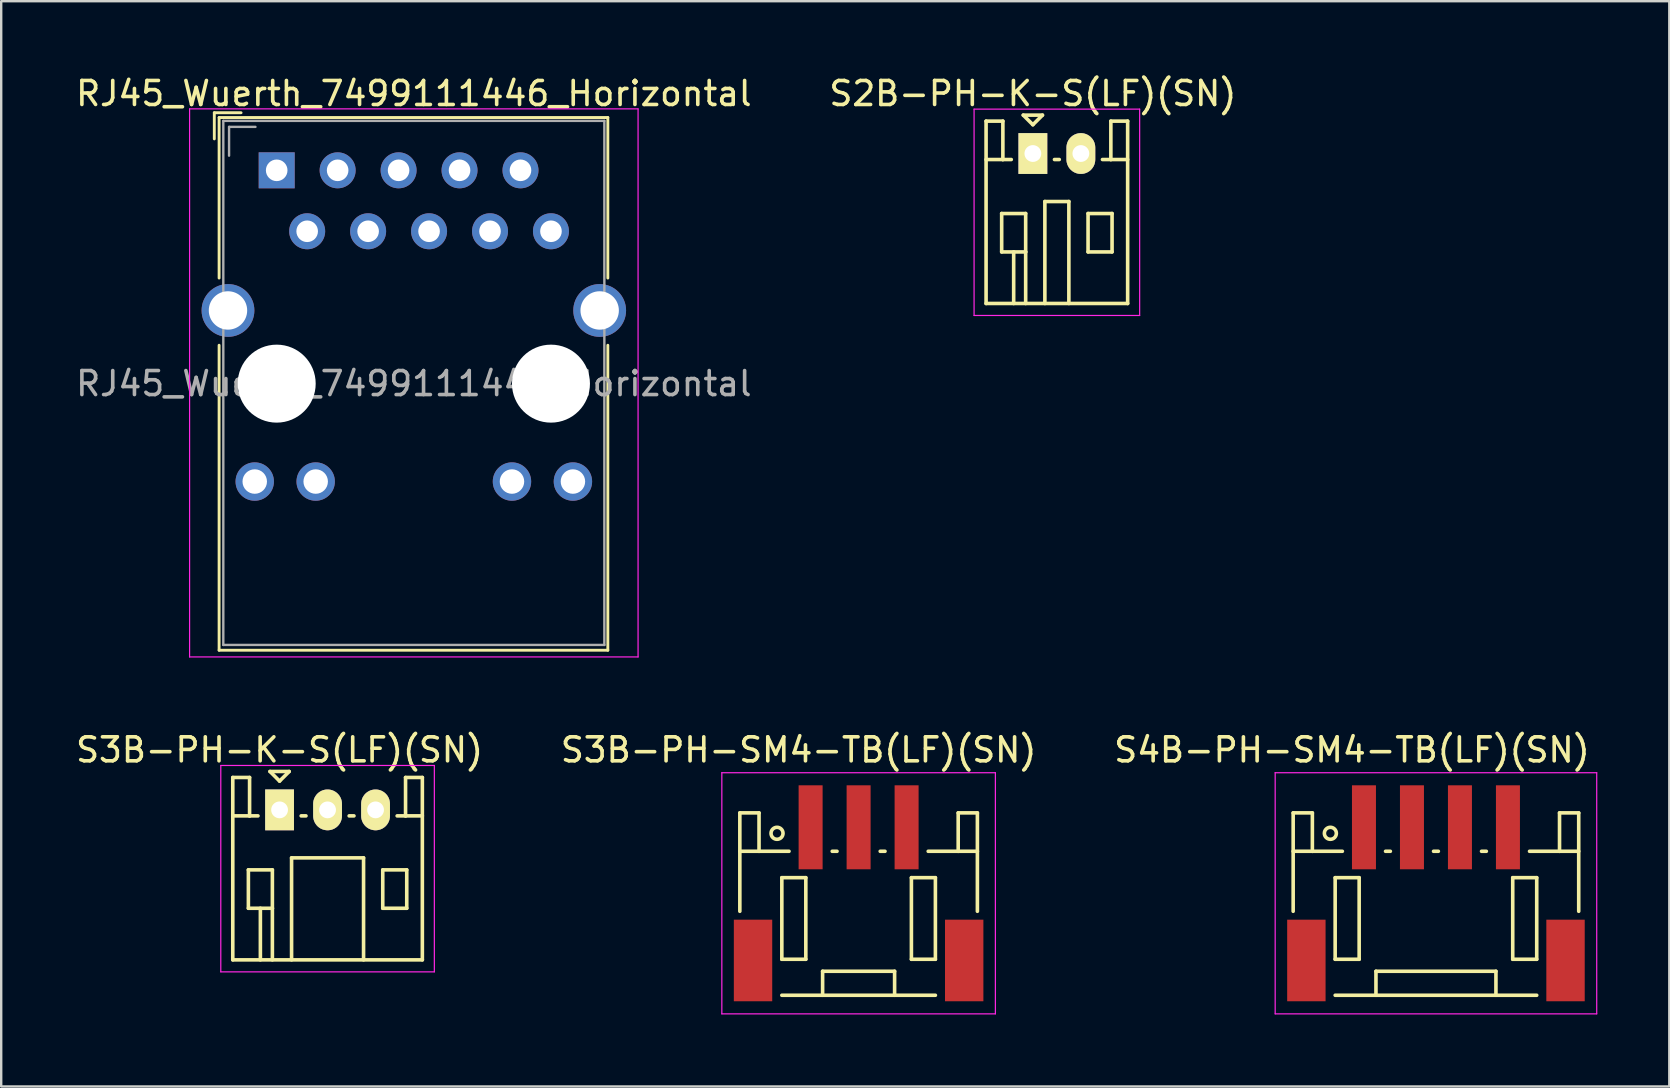
<source format=kicad_pcb>
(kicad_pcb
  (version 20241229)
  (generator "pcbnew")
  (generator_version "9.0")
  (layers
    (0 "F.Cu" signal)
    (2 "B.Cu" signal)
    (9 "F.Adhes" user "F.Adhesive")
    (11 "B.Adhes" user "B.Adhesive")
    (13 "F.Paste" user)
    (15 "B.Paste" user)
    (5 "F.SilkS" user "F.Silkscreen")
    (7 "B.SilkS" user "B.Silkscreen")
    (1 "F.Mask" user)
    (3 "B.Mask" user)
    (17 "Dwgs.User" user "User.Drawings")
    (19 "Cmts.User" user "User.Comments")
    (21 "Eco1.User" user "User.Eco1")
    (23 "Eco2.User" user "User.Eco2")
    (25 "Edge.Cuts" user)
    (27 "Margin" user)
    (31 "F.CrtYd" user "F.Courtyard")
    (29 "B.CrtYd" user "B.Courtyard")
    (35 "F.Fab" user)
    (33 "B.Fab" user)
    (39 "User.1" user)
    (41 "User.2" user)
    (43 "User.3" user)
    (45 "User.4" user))
  (footprint "S3B-PH-SM4-TB(LF)(SN)"
    (layer "F.Cu")
    (at 32.732 34.202)
    (property "Reference" "S3B-PH-SM4-TB(LF)(SN)" (at -2.5 -6 0) (layer "F.SilkS") (effects (font (size 1 1) (thickness 0.15))))
    (attr smd)
    (fp_line (start -4.95 -3.375) (end -4.95 0.725) (stroke (width 0.15) (type solid)) (layer "F.SilkS"))
    (fp_line (start -4.15 -3.375) (end -4.95 -3.375) (stroke (width 0.15) (type solid)) (layer "F.SilkS"))
    (fp_line (start -4.15 -1.775) (end -4.95 -1.775) (stroke (width 0.15) (type solid)) (layer "F.SilkS"))
    (fp_line (start -4.15 -1.775) (end -4.15 -3.375) (stroke (width 0.15) (type solid)) (layer "F.SilkS"))
    (fp_line (start -3.2 -0.675) (end -3.2 2.725) (stroke (width 0.15) (type solid)) (layer "F.SilkS"))
    (fp_line (start -3.2 2.725) (end -2.2 2.725) (stroke (width 0.15) (type solid)) (layer "F.SilkS"))
    (fp_line (start -3.2 4.225) (end 3.2 4.225) (stroke (width 0.15) (type solid)) (layer "F.SilkS"))
    (fp_line (start -2.9 -1.775) (end -4.15 -1.775) (stroke (width 0.15) (type solid)) (layer "F.SilkS"))
    (fp_line (start -2.2 -0.675) (end -3.2 -0.675) (stroke (width 0.15) (type solid)) (layer "F.SilkS"))
    (fp_line (start -2.2 2.725) (end -2.2 -0.675) (stroke (width 0.15) (type solid)) (layer "F.SilkS"))
    (fp_line (start -1.5 3.225) (end 1.5 3.225) (stroke (width 0.15) (type solid)) (layer "F.SilkS"))
    (fp_line (start -1.5 4.225) (end -1.5 3.225) (stroke (width 0.15) (type solid)) (layer "F.SilkS"))
    (fp_line (start -1.1 -1.775) (end -0.9 -1.775) (stroke (width 0.15) (type solid)) (layer "F.SilkS"))
    (fp_line (start 0.9 -1.775) (end 1.1 -1.775) (stroke (width 0.15) (type solid)) (layer "F.SilkS"))
    (fp_line (start 1.5 3.225) (end 1.5 4.225) (stroke (width 0.15) (type solid)) (layer "F.SilkS"))
    (fp_line (start 2.2 -0.675) (end 3.2 -0.675) (stroke (width 0.15) (type solid)) (layer "F.SilkS"))
    (fp_line (start 2.2 2.725) (end 2.2 -0.675) (stroke (width 0.15) (type solid)) (layer "F.SilkS"))
    (fp_line (start 2.9 -1.775) (end 4.15 -1.775) (stroke (width 0.15) (type solid)) (layer "F.SilkS"))
    (fp_line (start 3.2 -0.675) (end 3.2 2.725) (stroke (width 0.15) (type solid)) (layer "F.SilkS"))
    (fp_line (start 3.2 2.725) (end 2.2 2.725) (stroke (width 0.15) (type solid)) (layer "F.SilkS"))
    (fp_line (start 4.15 -3.375) (end 4.95 -3.375) (stroke (width 0.15) (type solid)) (layer "F.SilkS"))
    (fp_line (start 4.15 -1.775) (end 4.15 -3.375) (stroke (width 0.15) (type solid)) (layer "F.SilkS"))
    (fp_line (start 4.15 -1.775) (end 4.95 -1.775) (stroke (width 0.15) (type solid)) (layer "F.SilkS"))
    (fp_line (start 4.95 -3.375) (end 4.95 0.725) (stroke (width 0.15) (type solid)) (layer "F.SilkS"))
    (fp_circle (center -3.4 -2.525) (end -3.15 -2.525) (stroke (width 0.15) (type solid)) (fill no) (layer "F.SilkS"))
    (fp_line (start -5.7 -5.05) (end 5.7 -5.05) (stroke (width 0.05) (type solid)) (layer "F.CrtYd"))
    (fp_line (start -5.7 5) (end -5.7 -5.05) (stroke (width 0.05) (type solid)) (layer "F.CrtYd"))
    (fp_line (start 5.7 -5.05) (end 5.7 5) (stroke (width 0.05) (type solid)) (layer "F.CrtYd"))
    (fp_line (start 5.7 5) (end -5.7 5) (stroke (width 0.05) (type solid)) (layer "F.CrtYd"))
    (pad "" smd rect (at -4.4 2.775) (size 1.6 3.4) (layers "F.Cu" "F.Mask" "F.Paste"))
    (pad "" smd rect (at 4.4 2.775) (size 1.6 3.4) (layers "F.Cu" "F.Mask" "F.Paste"))
    (pad "1" smd rect (at -2 -2.775) (size 1 3.5) (layers "F.Cu" "F.Mask" "F.Paste"))
    (pad "2" smd rect (at 0 -2.775) (size 1 3.5) (layers "F.Cu" "F.Mask" "F.Paste"))
    (pad "3" smd rect (at 2 -2.775) (size 1 3.5) (layers "F.Cu" "F.Mask" "F.Paste")))
  (footprint "S2B-PH-K-S(LF)(SN)"
    (layer "F.Cu")
    (at 39.994 3.348)
    (property "Reference" "S2B-PH-K-S(LF)(SN)" (at 0 -2.5 0) (layer "F.SilkS") (effects (font (size 1 1) (thickness 0.15))))
    (attr through_hole)
    (fp_line (start -1.95 -1.35) (end -1.95 6.25) (stroke (width 0.15) (type solid)) (layer "F.SilkS"))
    (fp_line (start -1.95 0.25) (end -1.25 0.25) (stroke (width 0.15) (type solid)) (layer "F.SilkS"))
    (fp_line (start -1.95 6.25) (end 3.95 6.25) (stroke (width 0.15) (type solid)) (layer "F.SilkS"))
    (fp_line (start -1.3 2.5) (end -1.3 4.1) (stroke (width 0.15) (type solid)) (layer "F.SilkS"))
    (fp_line (start -1.3 4.1) (end -0.3 4.1) (stroke (width 0.15) (type solid)) (layer "F.SilkS"))
    (fp_line (start -1.25 -1.35) (end -1.95 -1.35) (stroke (width 0.15) (type solid)) (layer "F.SilkS"))
    (fp_line (start -1.25 0.25) (end -1.25 -1.35) (stroke (width 0.15) (type solid)) (layer "F.SilkS"))
    (fp_line (start -0.9 0.25) (end -1.25 0.25) (stroke (width 0.15) (type solid)) (layer "F.SilkS"))
    (fp_line (start -0.8 4.1) (end -0.8 6.25) (stroke (width 0.15) (type solid)) (layer "F.SilkS"))
    (fp_line (start -0.4 -1.6) (end 0.4 -1.6) (stroke (width 0.15) (type solid)) (layer "F.SilkS"))
    (fp_line (start -0.3 2.5) (end -1.3 2.5) (stroke (width 0.15) (type solid)) (layer "F.SilkS"))
    (fp_line (start -0.3 4.1) (end -0.3 2.5) (stroke (width 0.15) (type solid)) (layer "F.SilkS"))
    (fp_line (start -0.3 4.1) (end -0.3 6.25) (stroke (width 0.15) (type solid)) (layer "F.SilkS"))
    (fp_line (start 0 -1.2) (end -0.4 -1.6) (stroke (width 0.15) (type solid)) (layer "F.SilkS"))
    (fp_line (start 0.4 -1.6) (end 0 -1.2) (stroke (width 0.15) (type solid)) (layer "F.SilkS"))
    (fp_line (start 0.5 2) (end 1.5 2) (stroke (width 0.15) (type solid)) (layer "F.SilkS"))
    (fp_line (start 0.5 6.25) (end 0.5 2) (stroke (width 0.15) (type solid)) (layer "F.SilkS"))
    (fp_line (start 0.9 0.25) (end 1.1 0.25) (stroke (width 0.15) (type solid)) (layer "F.SilkS"))
    (fp_line (start 1.5 2) (end 1.5 6.25) (stroke (width 0.15) (type solid)) (layer "F.SilkS"))
    (fp_line (start 2.3 2.5) (end 3.3 2.5) (stroke (width 0.15) (type solid)) (layer "F.SilkS"))
    (fp_line (start 2.3 4.1) (end 2.3 2.5) (stroke (width 0.15) (type solid)) (layer "F.SilkS"))
    (fp_line (start 3.25 -1.35) (end 3.25 0.25) (stroke (width 0.15) (type solid)) (layer "F.SilkS"))
    (fp_line (start 3.25 0.25) (end 2.9 0.25) (stroke (width 0.15) (type solid)) (layer "F.SilkS"))
    (fp_line (start 3.3 2.5) (end 3.3 4.1) (stroke (width 0.15) (type solid)) (layer "F.SilkS"))
    (fp_line (start 3.3 4.1) (end 2.3 4.1) (stroke (width 0.15) (type solid)) (layer "F.SilkS"))
    (fp_line (start 3.95 -1.35) (end 3.25 -1.35) (stroke (width 0.15) (type solid)) (layer "F.SilkS"))
    (fp_line (start 3.95 0.25) (end 3.25 0.25) (stroke (width 0.15) (type solid)) (layer "F.SilkS"))
    (fp_line (start 3.95 6.25) (end 3.95 -1.35) (stroke (width 0.15) (type solid)) (layer "F.SilkS"))
    (fp_line (start -2.45 -1.85) (end 4.45 -1.85) (stroke (width 0.05) (type solid)) (layer "F.CrtYd"))
    (fp_line (start -2.45 6.75) (end -2.45 -1.85) (stroke (width 0.05) (type solid)) (layer "F.CrtYd"))
    (fp_line (start 4.45 -1.85) (end 4.45 6.75) (stroke (width 0.05) (type solid)) (layer "F.CrtYd"))
    (fp_line (start 4.45 6.75) (end -2.45 6.75) (stroke (width 0.05) (type solid)) (layer "F.CrtYd"))
    (pad "1" thru_hole rect (at 0 0) (size 1.2 1.7) (drill 0.7) (layers "*.Cu" "*.Mask" "F.SilkS"))
    (pad "2" thru_hole oval (at 2 0) (size 1.2 1.7) (drill 0.7) (layers "*.Cu" "*.Mask" "F.SilkS")))
  (footprint "S4B-PH-SM4-TB(LF)(SN)"
    (layer "F.Cu")
    (at 56.792 34.202)
    (property "Reference" "S4B-PH-SM4-TB(LF)(SN)" (at -3.5 -6 0) (layer "F.SilkS") (effects (font (size 1 1) (thickness 0.15))))
    (attr smd)
    (fp_line (start -5.95 -3.375) (end -5.95 0.725) (stroke (width 0.15) (type solid)) (layer "F.SilkS"))
    (fp_line (start -5.15 -3.375) (end -5.95 -3.375) (stroke (width 0.15) (type solid)) (layer "F.SilkS"))
    (fp_line (start -5.15 -1.775) (end -5.95 -1.775) (stroke (width 0.15) (type solid)) (layer "F.SilkS"))
    (fp_line (start -5.15 -1.775) (end -5.15 -3.375) (stroke (width 0.15) (type solid)) (layer "F.SilkS"))
    (fp_line (start -4.2 -0.675) (end -4.2 2.725) (stroke (width 0.15) (type solid)) (layer "F.SilkS"))
    (fp_line (start -4.2 2.725) (end -3.2 2.725) (stroke (width 0.15) (type solid)) (layer "F.SilkS"))
    (fp_line (start -4.2 4.225) (end 4.2 4.225) (stroke (width 0.15) (type solid)) (layer "F.SilkS"))
    (fp_line (start -3.9 -1.775) (end -5.15 -1.775) (stroke (width 0.15) (type solid)) (layer "F.SilkS"))
    (fp_line (start -3.2 -0.675) (end -4.2 -0.675) (stroke (width 0.15) (type solid)) (layer "F.SilkS"))
    (fp_line (start -3.2 2.725) (end -3.2 -0.675) (stroke (width 0.15) (type solid)) (layer "F.SilkS"))
    (fp_line (start -2.5 3.225) (end 2.5 3.225) (stroke (width 0.15) (type solid)) (layer "F.SilkS"))
    (fp_line (start -2.5 4.225) (end -2.5 3.225) (stroke (width 0.15) (type solid)) (layer "F.SilkS"))
    (fp_line (start -2.1 -1.775) (end -1.9 -1.775) (stroke (width 0.15) (type solid)) (layer "F.SilkS"))
    (fp_line (start -0.1 -1.775) (end 0.1 -1.775) (stroke (width 0.15) (type solid)) (layer "F.SilkS"))
    (fp_line (start 1.9 -1.775) (end 2.1 -1.775) (stroke (width 0.15) (type solid)) (layer "F.SilkS"))
    (fp_line (start 2.5 3.225) (end 2.5 4.225) (stroke (width 0.15) (type solid)) (layer "F.SilkS"))
    (fp_line (start 3.2 -0.675) (end 4.2 -0.675) (stroke (width 0.15) (type solid)) (layer "F.SilkS"))
    (fp_line (start 3.2 2.725) (end 3.2 -0.675) (stroke (width 0.15) (type solid)) (layer "F.SilkS"))
    (fp_line (start 3.9 -1.775) (end 5.15 -1.775) (stroke (width 0.15) (type solid)) (layer "F.SilkS"))
    (fp_line (start 4.2 -0.675) (end 4.2 2.725) (stroke (width 0.15) (type solid)) (layer "F.SilkS"))
    (fp_line (start 4.2 2.725) (end 3.2 2.725) (stroke (width 0.15) (type solid)) (layer "F.SilkS"))
    (fp_line (start 5.15 -3.375) (end 5.95 -3.375) (stroke (width 0.15) (type solid)) (layer "F.SilkS"))
    (fp_line (start 5.15 -1.775) (end 5.15 -3.375) (stroke (width 0.15) (type solid)) (layer "F.SilkS"))
    (fp_line (start 5.15 -1.775) (end 5.95 -1.775) (stroke (width 0.15) (type solid)) (layer "F.SilkS"))
    (fp_line (start 5.95 -3.375) (end 5.95 0.725) (stroke (width 0.15) (type solid)) (layer "F.SilkS"))
    (fp_circle (center -4.4 -2.525) (end -4.15 -2.525) (stroke (width 0.15) (type solid)) (fill no) (layer "F.SilkS"))
    (fp_line (start -6.7 -5.05) (end 6.7 -5.05) (stroke (width 0.05) (type solid)) (layer "F.CrtYd"))
    (fp_line (start -6.7 5) (end -6.7 -5.05) (stroke (width 0.05) (type solid)) (layer "F.CrtYd"))
    (fp_line (start 6.7 -5.05) (end 6.7 5) (stroke (width 0.05) (type solid)) (layer "F.CrtYd"))
    (fp_line (start 6.7 5) (end -6.7 5) (stroke (width 0.05) (type solid)) (layer "F.CrtYd"))
    (pad "" smd rect (at -5.4 2.775) (size 1.6 3.4) (layers "F.Cu" "F.Mask" "F.Paste"))
    (pad "" smd rect (at 5.4 2.775) (size 1.6 3.4) (layers "F.Cu" "F.Mask" "F.Paste"))
    (pad "1" smd rect (at -3 -2.775) (size 1 3.5) (layers "F.Cu" "F.Mask" "F.Paste"))
    (pad "2" smd rect (at -1 -2.775) (size 1 3.5) (layers "F.Cu" "F.Mask" "F.Paste"))
    (pad "3" smd rect (at 1 -2.775) (size 1 3.5) (layers "F.Cu" "F.Mask" "F.Paste"))
    (pad "4" smd rect (at 3 -2.775) (size 1 3.5) (layers "F.Cu" "F.Mask" "F.Paste")))
  (footprint "S3B-PH-K-S(LF)(SN)"
    (layer "F.Cu")
    (at 8.601 30.701)
    (property "Reference" "S3B-PH-K-S(LF)(SN)" (at 0 -2.5 0) (layer "F.SilkS") (effects (font (size 1 1) (thickness 0.15))))
    (attr through_hole)
    (fp_line (start -1.95 -1.35) (end -1.95 6.25) (stroke (width 0.15) (type solid)) (layer "F.SilkS"))
    (fp_line (start -1.95 0.25) (end -1.25 0.25) (stroke (width 0.15) (type solid)) (layer "F.SilkS"))
    (fp_line (start -1.95 6.25) (end 5.95 6.25) (stroke (width 0.15) (type solid)) (layer "F.SilkS"))
    (fp_line (start -1.3 2.5) (end -1.3 4.1) (stroke (width 0.15) (type solid)) (layer "F.SilkS"))
    (fp_line (start -1.3 4.1) (end -0.3 4.1) (stroke (width 0.15) (type solid)) (layer "F.SilkS"))
    (fp_line (start -1.25 -1.35) (end -1.95 -1.35) (stroke (width 0.15) (type solid)) (layer "F.SilkS"))
    (fp_line (start -1.25 0.25) (end -1.25 -1.35) (stroke (width 0.15) (type solid)) (layer "F.SilkS"))
    (fp_line (start -0.9 0.25) (end -1.25 0.25) (stroke (width 0.15) (type solid)) (layer "F.SilkS"))
    (fp_line (start -0.8 4.1) (end -0.8 6.25) (stroke (width 0.15) (type solid)) (layer "F.SilkS"))
    (fp_line (start -0.4 -1.6) (end 0.4 -1.6) (stroke (width 0.15) (type solid)) (layer "F.SilkS"))
    (fp_line (start -0.3 2.5) (end -1.3 2.5) (stroke (width 0.15) (type solid)) (layer "F.SilkS"))
    (fp_line (start -0.3 4.1) (end -0.3 2.5) (stroke (width 0.15) (type solid)) (layer "F.SilkS"))
    (fp_line (start -0.3 4.1) (end -0.3 6.25) (stroke (width 0.15) (type solid)) (layer "F.SilkS"))
    (fp_line (start 0 -1.2) (end -0.4 -1.6) (stroke (width 0.15) (type solid)) (layer "F.SilkS"))
    (fp_line (start 0.4 -1.6) (end 0 -1.2) (stroke (width 0.15) (type solid)) (layer "F.SilkS"))
    (fp_line (start 0.5 2) (end 3.5 2) (stroke (width 0.15) (type solid)) (layer "F.SilkS"))
    (fp_line (start 0.5 6.25) (end 0.5 2) (stroke (width 0.15) (type solid)) (layer "F.SilkS"))
    (fp_line (start 0.9 0.25) (end 1.1 0.25) (stroke (width 0.15) (type solid)) (layer "F.SilkS"))
    (fp_line (start 2.9 0.25) (end 3.1 0.25) (stroke (width 0.15) (type solid)) (layer "F.SilkS"))
    (fp_line (start 3.5 2) (end 3.5 6.25) (stroke (width 0.15) (type solid)) (layer "F.SilkS"))
    (fp_line (start 4.3 2.5) (end 5.3 2.5) (stroke (width 0.15) (type solid)) (layer "F.SilkS"))
    (fp_line (start 4.3 4.1) (end 4.3 2.5) (stroke (width 0.15) (type solid)) (layer "F.SilkS"))
    (fp_line (start 5.25 -1.35) (end 5.25 0.25) (stroke (width 0.15) (type solid)) (layer "F.SilkS"))
    (fp_line (start 5.25 0.25) (end 4.9 0.25) (stroke (width 0.15) (type solid)) (layer "F.SilkS"))
    (fp_line (start 5.3 2.5) (end 5.3 4.1) (stroke (width 0.15) (type solid)) (layer "F.SilkS"))
    (fp_line (start 5.3 4.1) (end 4.3 4.1) (stroke (width 0.15) (type solid)) (layer "F.SilkS"))
    (fp_line (start 5.95 -1.35) (end 5.25 -1.35) (stroke (width 0.15) (type solid)) (layer "F.SilkS"))
    (fp_line (start 5.95 0.25) (end 5.25 0.25) (stroke (width 0.15) (type solid)) (layer "F.SilkS"))
    (fp_line (start 5.95 6.25) (end 5.95 -1.35) (stroke (width 0.15) (type solid)) (layer "F.SilkS"))
    (fp_line (start -2.45 -1.85) (end 6.45 -1.85) (stroke (width 0.05) (type solid)) (layer "F.CrtYd"))
    (fp_line (start -2.45 6.75) (end -2.45 -1.85) (stroke (width 0.05) (type solid)) (layer "F.CrtYd"))
    (fp_line (start 6.45 -1.85) (end 6.45 6.75) (stroke (width 0.05) (type solid)) (layer "F.CrtYd"))
    (fp_line (start 6.45 6.75) (end -2.45 6.75) (stroke (width 0.05) (type solid)) (layer "F.CrtYd"))
    (pad "1" thru_hole rect (at 0 0) (size 1.2 1.7) (drill 0.7) (layers "*.Cu" "*.Mask" "F.SilkS"))
    (pad "2" thru_hole oval (at 2 0) (size 1.2 1.7) (drill 0.7) (layers "*.Cu" "*.Mask" "F.SilkS"))
    (pad "3" thru_hole oval (at 4 0) (size 1.2 1.7) (drill 0.7) (layers "*.Cu" "*.Mask" "F.SilkS")))
  (footprint "RJ45_Wuerth_7499111446_Horizontal"
    (layer "F.Cu")
    (at 8.481 4.048)
    (property "Reference" "RJ45_Wuerth_7499111446_Horizontal" (at 5.715 -3.2 180) (layer "F.SilkS") (effects (font (size 1 1) (thickness 0.15))))
    (attr through_hole)
    (fp_line (start -2.6 -2.4) (end -1.485 -2.4) (stroke (width 0.12) (type solid)) (layer "F.SilkS"))
    (fp_line (start -2.6 -1.31) (end -2.6 -2.4) (stroke (width 0.12) (type solid)) (layer "F.SilkS"))
    (fp_line (start -2.4 -2.2) (end -2.4 4.49) (stroke (width 0.12) (type solid)) (layer "F.SilkS"))
    (fp_line (start -2.4 7.29) (end -2.4 20) (stroke (width 0.12) (type solid)) (layer "F.SilkS"))
    (fp_line (start 13.8 -2.2) (end -2.4 -2.2) (stroke (width 0.12) (type solid)) (layer "F.SilkS"))
    (fp_line (start 13.8 4.49) (end 13.8 -2.2) (stroke (width 0.12) (type solid)) (layer "F.SilkS"))
    (fp_line (start 13.8 20) (end -2.4 20) (stroke (width 0.12) (type solid)) (layer "F.SilkS"))
    (fp_line (start 13.8 20) (end 13.8 7.29) (stroke (width 0.12) (type solid)) (layer "F.SilkS"))
    (fp_line (start -3.63 -2.56) (end 15.06 -2.56) (stroke (width 0.05) (type solid)) (layer "F.CrtYd"))
    (fp_line (start -3.63 20.28) (end -3.63 -2.56) (stroke (width 0.05) (type solid)) (layer "F.CrtYd"))
    (fp_line (start 15.06 -2.56) (end 15.06 20.28) (stroke (width 0.05) (type solid)) (layer "F.CrtYd"))
    (fp_line (start 15.06 20.28) (end -3.63 20.28) (stroke (width 0.05) (type solid)) (layer "F.CrtYd"))
    (fp_line (start -2.225 19.78) (end -2.225 -2.06) (stroke (width 0.1) (type solid)) (layer "F.Fab"))
    (fp_line (start -1.985 -1.81) (end -0.885 -1.81) (stroke (width 0.1) (type solid)) (layer "F.Fab"))
    (fp_line (start -1.985 -0.61) (end -1.985 -1.81) (stroke (width 0.1) (type solid)) (layer "F.Fab"))
    (fp_line (start 13.655 -2.06) (end -2.225 -2.06) (stroke (width 0.1) (type solid)) (layer "F.Fab"))
    (fp_line (start 13.655 19.78) (end -2.225 19.78) (stroke (width 0.1) (type solid)) (layer "F.Fab"))
    (fp_line (start 13.655 19.78) (end 13.655 -2.06) (stroke (width 0.1) (type solid)) (layer "F.Fab"))
    (fp_text user "${REFERENCE}" (at 5.715 8.89 180) (layer "F.Fab") (effects (font (size 1 1) (thickness 0.15))))
    (pad "" np_thru_hole circle (at 0 8.89 180) (size 3.25 3.25) (drill 3.25) (layers "*.Cu" "*.Mask"))
    (pad "" np_thru_hole circle (at 11.43 8.89 180) (size 3.25 3.25) (drill 3.25) (layers "*.Cu" "*.Mask"))
    (pad "1" thru_hole rect (at 0 0 180) (size 1.5 1.5) (drill 0.9) (layers "*.Cu" "*.Mask"))
    (pad "2" thru_hole circle (at 1.27 2.54 180) (size 1.5 1.5) (drill 0.9) (layers "*.Cu" "*.Mask"))
    (pad "3" thru_hole circle (at 2.54 0 180) (size 1.5 1.5) (drill 0.9) (layers "*.Cu" "*.Mask"))
    (pad "4" thru_hole circle (at 3.81 2.54 180) (size 1.5 1.5) (drill 0.9) (layers "*.Cu" "*.Mask"))
    (pad "5" thru_hole circle (at 5.08 0 180) (size 1.5 1.5) (drill 0.9) (layers "*.Cu" "*.Mask"))
    (pad "6" thru_hole circle (at 6.35 2.54 180) (size 1.5 1.5) (drill 0.9) (layers "*.Cu" "*.Mask"))
    (pad "7" thru_hole circle (at 7.62 0 180) (size 1.5 1.5) (drill 0.9) (layers "*.Cu" "*.Mask"))
    (pad "8" thru_hole circle (at 8.89 2.54 180) (size 1.5 1.5) (drill 0.9) (layers "*.Cu" "*.Mask"))
    (pad "9" thru_hole circle (at 10.16 0 180) (size 1.5 1.5) (drill 0.9) (layers "*.Cu" "*.Mask"))
    (pad "10" thru_hole circle (at 11.43 2.54 180) (size 1.5 1.5) (drill 0.9) (layers "*.Cu" "*.Mask"))
    (pad "11" thru_hole circle (at -0.915 12.97 180) (size 1.6 1.6) (drill 1.02) (layers "*.Cu" "*.Mask"))
    (pad "12" thru_hole circle (at 1.625 12.97 180) (size 1.6 1.6) (drill 1.02) (layers "*.Cu" "*.Mask"))
    (pad "13" thru_hole circle (at 9.805 12.97 180) (size 1.6 1.6) (drill 1.02) (layers "*.Cu" "*.Mask"))
    (pad "14" thru_hole circle (at 12.345 12.97 180) (size 1.6 1.6) (drill 1.02) (layers "*.Cu" "*.Mask"))
    (pad "SH" thru_hole circle (at -2.03 5.84 180) (size 2.2 2.2) (drill 1.6) (layers "*.Cu" "*.Mask"))
    (pad "SH" thru_hole circle (at 13.46 5.84 180) (size 2.2 2.2) (drill 1.6) (layers "*.Cu" "*.Mask")))
  (gr_rect
    (start -3 -3)
    (end 66.517 42.227)
    (stroke (width 0.1) (type default))
    (fill no)
    (layer "Edge.Cuts")))
</source>
